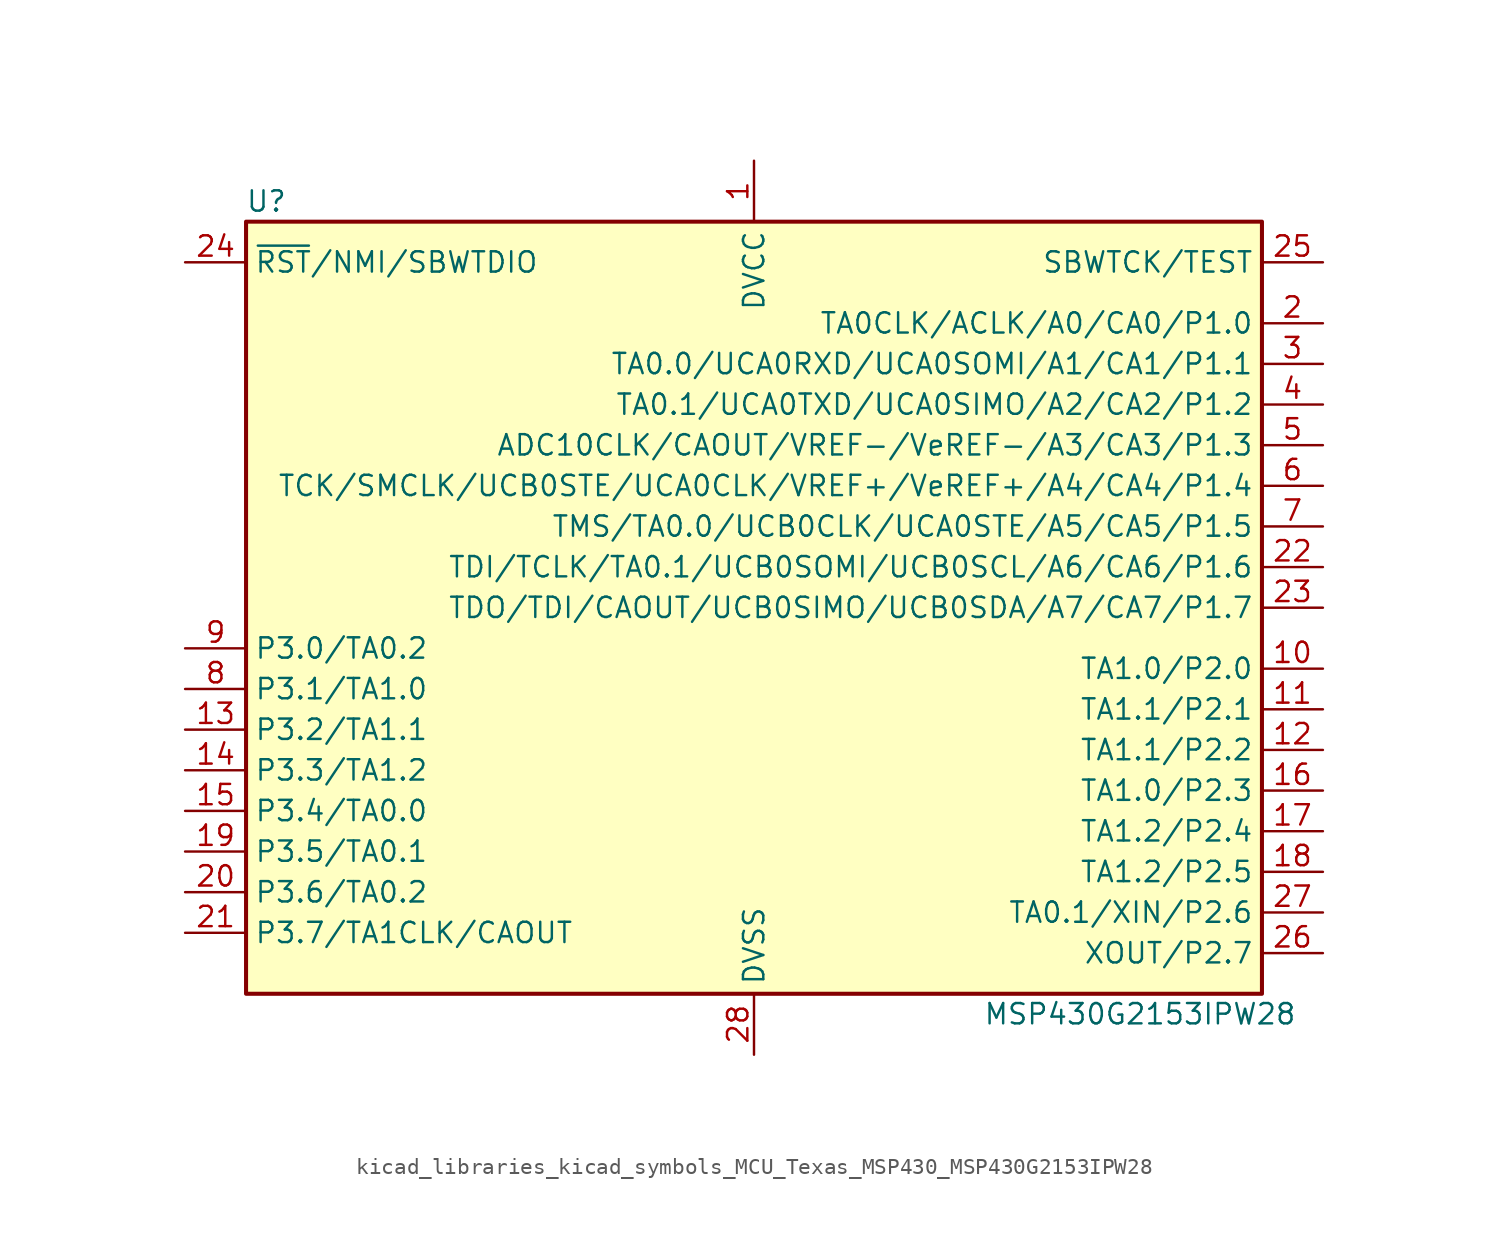
<source format=kicad_sym>
(kicad_symbol_lib
  (version 20220914)
  (generator kicad_symbol_editor)
  (symbol "kicad_libraries_kicad_symbols_MCU_Texas_MSP430_MSP430G2153IPW28"
    (property "Reference" "U"
      (at -30.48 25.4 0)
      (effects (font (size 1.27 1.27))))
    (property "Value" "MSP430G2153IPW28"
      (at 24.13 -25.4 0)
      (effects (font (size 1.27 1.27))))
    (symbol "kicad_libraries_kicad_symbols_MCU_Texas_MSP430_MSP430G2153IPW28_0_1"
      (rectangle (start -31.75 24.13) (end 31.75 -24.13) (stroke (width 0.254) (type default)) (fill (type background))))
    (symbol "kicad_libraries_kicad_symbols_MCU_Texas_MSP430_MSP430G2153IPW28_1_1"
      (pin power_in line (at 0 27.94 270) (length 3.81) (name "DVCC" (effects (font (size 1.27 1.27)))) (number "1" (effects (font (size 1.27 1.27)))))
      (pin bidirectional line (at 35.56 -3.81 180) (length 3.81) (name "TA1.0/P2.0" (effects (font (size 1.27 1.27)))) (number "10" (effects (font (size 1.27 1.27)))))
      (pin bidirectional line (at 35.56 -6.35 180) (length 3.81) (name "TA1.1/P2.1" (effects (font (size 1.27 1.27)))) (number "11" (effects (font (size 1.27 1.27)))))
      (pin bidirectional line (at 35.56 -8.89 180) (length 3.81) (name "TA1.1/P2.2" (effects (font (size 1.27 1.27)))) (number "12" (effects (font (size 1.27 1.27)))))
      (pin bidirectional line (at -35.56 -7.62 0) (length 3.81) (name "P3.2/TA1.1" (effects (font (size 1.27 1.27)))) (number "13" (effects (font (size 1.27 1.27)))))
      (pin bidirectional line (at -35.56 -10.16 0) (length 3.81) (name "P3.3/TA1.2" (effects (font (size 1.27 1.27)))) (number "14" (effects (font (size 1.27 1.27)))))
      (pin bidirectional line (at -35.56 -12.7 0) (length 3.81) (name "P3.4/TA0.0" (effects (font (size 1.27 1.27)))) (number "15" (effects (font (size 1.27 1.27)))))
      (pin bidirectional line (at 35.56 -11.43 180) (length 3.81) (name "TA1.0/P2.3" (effects (font (size 1.27 1.27)))) (number "16" (effects (font (size 1.27 1.27)))))
      (pin bidirectional line (at 35.56 -13.97 180) (length 3.81) (name "TA1.2/P2.4" (effects (font (size 1.27 1.27)))) (number "17" (effects (font (size 1.27 1.27)))))
      (pin bidirectional line (at 35.56 -16.51 180) (length 3.81) (name "TA1.2/P2.5" (effects (font (size 1.27 1.27)))) (number "18" (effects (font (size 1.27 1.27)))))
      (pin bidirectional line (at -35.56 -15.24 0) (length 3.81) (name "P3.5/TA0.1" (effects (font (size 1.27 1.27)))) (number "19" (effects (font (size 1.27 1.27)))))
      (pin bidirectional line (at 35.56 17.78 180) (length 3.81) (name "TA0CLK/ACLK/A0/CA0/P1.0" (effects (font (size 1.27 1.27)))) (number "2" (effects (font (size 1.27 1.27)))))
      (pin bidirectional line (at -35.56 -17.78 0) (length 3.81) (name "P3.6/TA0.2" (effects (font (size 1.27 1.27)))) (number "20" (effects (font (size 1.27 1.27)))))
      (pin bidirectional line (at -35.56 -20.32 0) (length 3.81) (name "P3.7/TA1CLK/CAOUT" (effects (font (size 1.27 1.27)))) (number "21" (effects (font (size 1.27 1.27)))))
      (pin bidirectional line (at 35.56 2.54 180) (length 3.81) (name "TDI/TCLK/TA0.1/UCB0SOMI/UCB0SCL/A6/CA6/P1.6" (effects (font (size 1.27 1.27)))) (number "22" (effects (font (size 1.27 1.27)))))
      (pin bidirectional line (at 35.56 0 180) (length 3.81) (name "TDO/TDI/CAOUT/UCB0SIMO/UCB0SDA/A7/CA7/P1.7" (effects (font (size 1.27 1.27)))) (number "23" (effects (font (size 1.27 1.27)))))
      (pin input line (at -35.56 21.59 0) (length 3.81) (name "~{RST}/NMI/SBWTDIO" (effects (font (size 1.27 1.27)))) (number "24" (effects (font (size 1.27 1.27)))))
      (pin input line (at 35.56 21.59 180) (length 3.81) (name "SBWTCK/TEST" (effects (font (size 1.27 1.27)))) (number "25" (effects (font (size 1.27 1.27)))))
      (pin bidirectional line (at 35.56 -21.59 180) (length 3.81) (name "XOUT/P2.7" (effects (font (size 1.27 1.27)))) (number "26" (effects (font (size 1.27 1.27)))))
      (pin bidirectional line (at 35.56 -19.05 180) (length 3.81) (name "TA0.1/XIN/P2.6" (effects (font (size 1.27 1.27)))) (number "27" (effects (font (size 1.27 1.27)))))
      (pin power_in line (at 0 -27.94 90) (length 3.81) (name "DVSS" (effects (font (size 1.27 1.27)))) (number "28" (effects (font (size 1.27 1.27)))))
      (pin bidirectional line (at 35.56 15.24 180) (length 3.81) (name "TA0.0/UCA0RXD/UCA0SOMI/A1/CA1/P1.1" (effects (font (size 1.27 1.27)))) (number "3" (effects (font (size 1.27 1.27)))))
      (pin bidirectional line (at 35.56 12.7 180) (length 3.81) (name "TA0.1/UCA0TXD/UCA0SIMO/A2/CA2/P1.2" (effects (font (size 1.27 1.27)))) (number "4" (effects (font (size 1.27 1.27)))))
      (pin bidirectional line (at 35.56 10.16 180) (length 3.81) (name "ADC10CLK/CAOUT/VREF-/VeREF-/A3/CA3/P1.3" (effects (font (size 1.27 1.27)))) (number "5" (effects (font (size 1.27 1.27)))))
      (pin bidirectional line (at 35.56 7.62 180) (length 3.81) (name "TCK/SMCLK/UCB0STE/UCA0CLK/VREF+/VeREF+/A4/CA4/P1.4" (effects (font (size 1.27 1.27)))) (number "6" (effects (font (size 1.27 1.27)))))
      (pin bidirectional line (at 35.56 5.08 180) (length 3.81) (name "TMS/TA0.0/UCB0CLK/UCA0STE/A5/CA5/P1.5" (effects (font (size 1.27 1.27)))) (number "7" (effects (font (size 1.27 1.27)))))
      (pin bidirectional line (at -35.56 -5.08 0) (length 3.81) (name "P3.1/TA1.0" (effects (font (size 1.27 1.27)))) (number "8" (effects (font (size 1.27 1.27)))))
      (pin bidirectional line (at -35.56 -2.54 0) (length 3.81) (name "P3.0/TA0.2" (effects (font (size 1.27 1.27)))) (number "9" (effects (font (size 1.27 1.27))))))))
</source>
